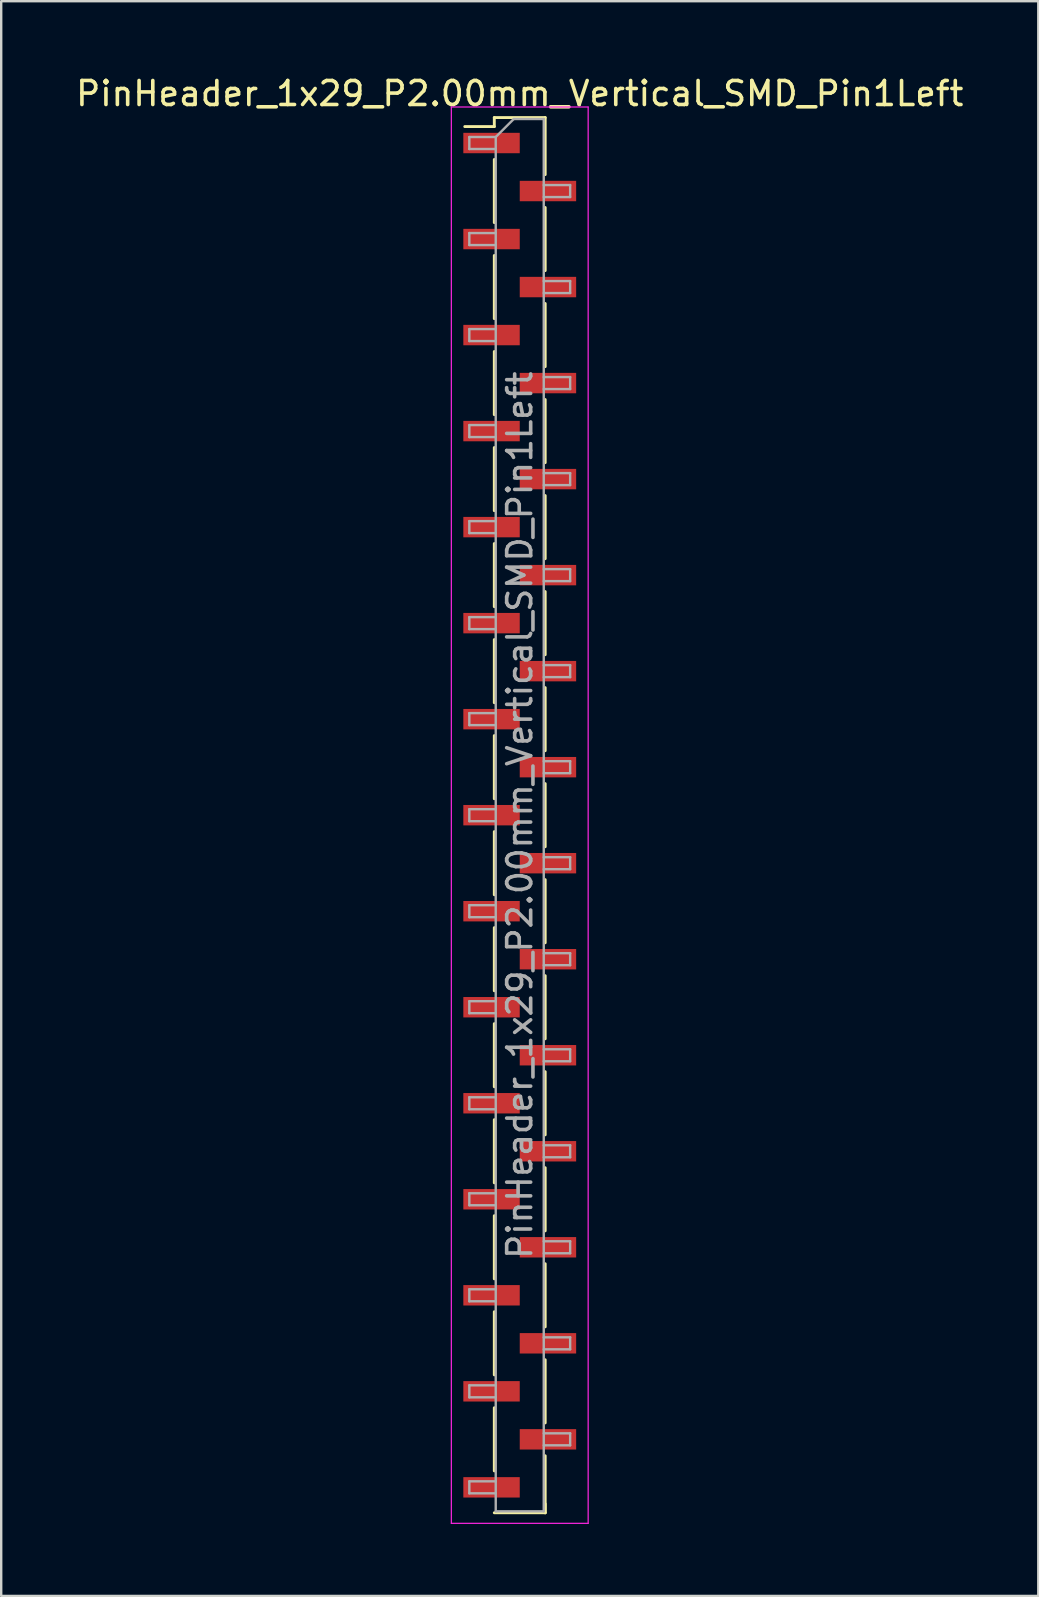
<source format=kicad_pcb>
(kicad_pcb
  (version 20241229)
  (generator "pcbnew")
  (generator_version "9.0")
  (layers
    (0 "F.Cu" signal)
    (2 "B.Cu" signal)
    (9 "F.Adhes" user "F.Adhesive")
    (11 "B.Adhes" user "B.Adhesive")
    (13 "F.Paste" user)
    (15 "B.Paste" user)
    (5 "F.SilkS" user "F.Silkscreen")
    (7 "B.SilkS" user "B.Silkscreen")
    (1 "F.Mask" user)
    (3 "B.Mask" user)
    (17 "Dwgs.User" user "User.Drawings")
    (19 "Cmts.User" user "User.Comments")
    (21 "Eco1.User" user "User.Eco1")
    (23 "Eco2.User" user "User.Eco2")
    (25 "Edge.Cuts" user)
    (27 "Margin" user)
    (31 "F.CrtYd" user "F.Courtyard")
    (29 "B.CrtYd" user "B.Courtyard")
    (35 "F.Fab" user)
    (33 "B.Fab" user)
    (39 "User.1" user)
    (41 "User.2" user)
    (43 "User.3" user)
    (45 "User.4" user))
  (footprint "PinHeader_1x29_P2.00mm_Vertical_SMD_Pin1Left"
    (layer "F.Cu")
    (at 18.601 30.908)
    (property "Reference" "PinHeader_1x29_P2.00mm_Vertical_SMD_Pin1Left" (at 0 -30.06 0) (layer "F.SilkS") (effects (font (size 1 1) (thickness 0.15))))
    (attr smd)
    (fp_line (start -1.06 -29.06) (end -1.06 -28.685) (stroke (width 0.12) (type solid)) (layer "F.SilkS"))
    (fp_line (start -1.06 -29.06) (end 1.06 -29.06) (stroke (width 0.12) (type solid)) (layer "F.SilkS"))
    (fp_line (start -1.06 -28.685) (end -2.29 -28.685) (stroke (width 0.12) (type solid)) (layer "F.SilkS"))
    (fp_line (start -1.06 -27.315) (end -1.06 -24.685) (stroke (width 0.12) (type solid)) (layer "F.SilkS"))
    (fp_line (start -1.06 -23.315) (end -1.06 -20.685) (stroke (width 0.12) (type solid)) (layer "F.SilkS"))
    (fp_line (start -1.06 -19.315) (end -1.06 -16.685) (stroke (width 0.12) (type solid)) (layer "F.SilkS"))
    (fp_line (start -1.06 -15.315) (end -1.06 -12.685) (stroke (width 0.12) (type solid)) (layer "F.SilkS"))
    (fp_line (start -1.06 -11.315) (end -1.06 -8.685) (stroke (width 0.12) (type solid)) (layer "F.SilkS"))
    (fp_line (start -1.06 -7.315) (end -1.06 -4.685) (stroke (width 0.12) (type solid)) (layer "F.SilkS"))
    (fp_line (start -1.06 -3.315) (end -1.06 -0.685) (stroke (width 0.12) (type solid)) (layer "F.SilkS"))
    (fp_line (start -1.06 0.685) (end -1.06 3.315) (stroke (width 0.12) (type solid)) (layer "F.SilkS"))
    (fp_line (start -1.06 4.685) (end -1.06 7.315) (stroke (width 0.12) (type solid)) (layer "F.SilkS"))
    (fp_line (start -1.06 8.685) (end -1.06 11.315) (stroke (width 0.12) (type solid)) (layer "F.SilkS"))
    (fp_line (start -1.06 12.685) (end -1.06 15.315) (stroke (width 0.12) (type solid)) (layer "F.SilkS"))
    (fp_line (start -1.06 16.685) (end -1.06 19.315) (stroke (width 0.12) (type solid)) (layer "F.SilkS"))
    (fp_line (start -1.06 20.685) (end -1.06 23.315) (stroke (width 0.12) (type solid)) (layer "F.SilkS"))
    (fp_line (start -1.06 24.685) (end -1.06 27.315) (stroke (width 0.12) (type solid)) (layer "F.SilkS"))
    (fp_line (start -1.06 29.06) (end 1.06 29.06) (stroke (width 0.12) (type solid)) (layer "F.SilkS"))
    (fp_line (start 1.06 -29.06) (end 1.06 -26.685) (stroke (width 0.12) (type solid)) (layer "F.SilkS"))
    (fp_line (start 1.06 -25.315) (end 1.06 -22.685) (stroke (width 0.12) (type solid)) (layer "F.SilkS"))
    (fp_line (start 1.06 -21.315) (end 1.06 -18.685) (stroke (width 0.12) (type solid)) (layer "F.SilkS"))
    (fp_line (start 1.06 -17.315) (end 1.06 -14.685) (stroke (width 0.12) (type solid)) (layer "F.SilkS"))
    (fp_line (start 1.06 -13.315) (end 1.06 -10.685) (stroke (width 0.12) (type solid)) (layer "F.SilkS"))
    (fp_line (start 1.06 -9.315) (end 1.06 -6.685) (stroke (width 0.12) (type solid)) (layer "F.SilkS"))
    (fp_line (start 1.06 -5.315) (end 1.06 -2.685) (stroke (width 0.12) (type solid)) (layer "F.SilkS"))
    (fp_line (start 1.06 -1.315) (end 1.06 1.315) (stroke (width 0.12) (type solid)) (layer "F.SilkS"))
    (fp_line (start 1.06 2.685) (end 1.06 5.315) (stroke (width 0.12) (type solid)) (layer "F.SilkS"))
    (fp_line (start 1.06 6.685) (end 1.06 9.315) (stroke (width 0.12) (type solid)) (layer "F.SilkS"))
    (fp_line (start 1.06 10.685) (end 1.06 13.315) (stroke (width 0.12) (type solid)) (layer "F.SilkS"))
    (fp_line (start 1.06 14.685) (end 1.06 17.315) (stroke (width 0.12) (type solid)) (layer "F.SilkS"))
    (fp_line (start 1.06 18.685) (end 1.06 21.315) (stroke (width 0.12) (type solid)) (layer "F.SilkS"))
    (fp_line (start 1.06 22.685) (end 1.06 25.315) (stroke (width 0.12) (type solid)) (layer "F.SilkS"))
    (fp_line (start 1.06 26.685) (end 1.06 29.06) (stroke (width 0.12) (type solid)) (layer "F.SilkS"))
    (fp_line (start 1.06 28.685) (end 1.06 29.06) (stroke (width 0.12) (type solid)) (layer "F.SilkS"))
    (fp_line (start -2.85 -29.5) (end -2.85 29.5) (stroke (width 0.05) (type solid)) (layer "F.CrtYd"))
    (fp_line (start -2.85 29.5) (end 2.85 29.5) (stroke (width 0.05) (type solid)) (layer "F.CrtYd"))
    (fp_line (start 2.85 -29.5) (end -2.85 -29.5) (stroke (width 0.05) (type solid)) (layer "F.CrtYd"))
    (fp_line (start 2.85 29.5) (end 2.85 -29.5) (stroke (width 0.05) (type solid)) (layer "F.CrtYd"))
    (fp_line (start -2.1 -28.25) (end -2.1 -27.75) (stroke (width 0.1) (type solid)) (layer "F.Fab"))
    (fp_line (start -2.1 -27.75) (end -1 -27.75) (stroke (width 0.1) (type solid)) (layer "F.Fab"))
    (fp_line (start -2.1 -24.25) (end -2.1 -23.75) (stroke (width 0.1) (type solid)) (layer "F.Fab"))
    (fp_line (start -2.1 -23.75) (end -1 -23.75) (stroke (width 0.1) (type solid)) (layer "F.Fab"))
    (fp_line (start -2.1 -20.25) (end -2.1 -19.75) (stroke (width 0.1) (type solid)) (layer "F.Fab"))
    (fp_line (start -2.1 -19.75) (end -1 -19.75) (stroke (width 0.1) (type solid)) (layer "F.Fab"))
    (fp_line (start -2.1 -16.25) (end -2.1 -15.75) (stroke (width 0.1) (type solid)) (layer "F.Fab"))
    (fp_line (start -2.1 -15.75) (end -1 -15.75) (stroke (width 0.1) (type solid)) (layer "F.Fab"))
    (fp_line (start -2.1 -12.25) (end -2.1 -11.75) (stroke (width 0.1) (type solid)) (layer "F.Fab"))
    (fp_line (start -2.1 -11.75) (end -1 -11.75) (stroke (width 0.1) (type solid)) (layer "F.Fab"))
    (fp_line (start -2.1 -8.25) (end -2.1 -7.75) (stroke (width 0.1) (type solid)) (layer "F.Fab"))
    (fp_line (start -2.1 -7.75) (end -1 -7.75) (stroke (width 0.1) (type solid)) (layer "F.Fab"))
    (fp_line (start -2.1 -4.25) (end -2.1 -3.75) (stroke (width 0.1) (type solid)) (layer "F.Fab"))
    (fp_line (start -2.1 -3.75) (end -1 -3.75) (stroke (width 0.1) (type solid)) (layer "F.Fab"))
    (fp_line (start -2.1 -0.25) (end -2.1 0.25) (stroke (width 0.1) (type solid)) (layer "F.Fab"))
    (fp_line (start -2.1 0.25) (end -1 0.25) (stroke (width 0.1) (type solid)) (layer "F.Fab"))
    (fp_line (start -2.1 3.75) (end -2.1 4.25) (stroke (width 0.1) (type solid)) (layer "F.Fab"))
    (fp_line (start -2.1 4.25) (end -1 4.25) (stroke (width 0.1) (type solid)) (layer "F.Fab"))
    (fp_line (start -2.1 7.75) (end -2.1 8.25) (stroke (width 0.1) (type solid)) (layer "F.Fab"))
    (fp_line (start -2.1 8.25) (end -1 8.25) (stroke (width 0.1) (type solid)) (layer "F.Fab"))
    (fp_line (start -2.1 11.75) (end -2.1 12.25) (stroke (width 0.1) (type solid)) (layer "F.Fab"))
    (fp_line (start -2.1 12.25) (end -1 12.25) (stroke (width 0.1) (type solid)) (layer "F.Fab"))
    (fp_line (start -2.1 15.75) (end -2.1 16.25) (stroke (width 0.1) (type solid)) (layer "F.Fab"))
    (fp_line (start -2.1 16.25) (end -1 16.25) (stroke (width 0.1) (type solid)) (layer "F.Fab"))
    (fp_line (start -2.1 19.75) (end -2.1 20.25) (stroke (width 0.1) (type solid)) (layer "F.Fab"))
    (fp_line (start -2.1 20.25) (end -1 20.25) (stroke (width 0.1) (type solid)) (layer "F.Fab"))
    (fp_line (start -2.1 23.75) (end -2.1 24.25) (stroke (width 0.1) (type solid)) (layer "F.Fab"))
    (fp_line (start -2.1 24.25) (end -1 24.25) (stroke (width 0.1) (type solid)) (layer "F.Fab"))
    (fp_line (start -2.1 27.75) (end -2.1 28.25) (stroke (width 0.1) (type solid)) (layer "F.Fab"))
    (fp_line (start -2.1 28.25) (end -1 28.25) (stroke (width 0.1) (type solid)) (layer "F.Fab"))
    (fp_line (start -1 -28.25) (end -2.1 -28.25) (stroke (width 0.1) (type solid)) (layer "F.Fab"))
    (fp_line (start -1 -28.25) (end -0.25 -29) (stroke (width 0.1) (type solid)) (layer "F.Fab"))
    (fp_line (start -1 -24.25) (end -2.1 -24.25) (stroke (width 0.1) (type solid)) (layer "F.Fab"))
    (fp_line (start -1 -20.25) (end -2.1 -20.25) (stroke (width 0.1) (type solid)) (layer "F.Fab"))
    (fp_line (start -1 -16.25) (end -2.1 -16.25) (stroke (width 0.1) (type solid)) (layer "F.Fab"))
    (fp_line (start -1 -12.25) (end -2.1 -12.25) (stroke (width 0.1) (type solid)) (layer "F.Fab"))
    (fp_line (start -1 -8.25) (end -2.1 -8.25) (stroke (width 0.1) (type solid)) (layer "F.Fab"))
    (fp_line (start -1 -4.25) (end -2.1 -4.25) (stroke (width 0.1) (type solid)) (layer "F.Fab"))
    (fp_line (start -1 -0.25) (end -2.1 -0.25) (stroke (width 0.1) (type solid)) (layer "F.Fab"))
    (fp_line (start -1 3.75) (end -2.1 3.75) (stroke (width 0.1) (type solid)) (layer "F.Fab"))
    (fp_line (start -1 7.75) (end -2.1 7.75) (stroke (width 0.1) (type solid)) (layer "F.Fab"))
    (fp_line (start -1 11.75) (end -2.1 11.75) (stroke (width 0.1) (type solid)) (layer "F.Fab"))
    (fp_line (start -1 15.75) (end -2.1 15.75) (stroke (width 0.1) (type solid)) (layer "F.Fab"))
    (fp_line (start -1 19.75) (end -2.1 19.75) (stroke (width 0.1) (type solid)) (layer "F.Fab"))
    (fp_line (start -1 23.75) (end -2.1 23.75) (stroke (width 0.1) (type solid)) (layer "F.Fab"))
    (fp_line (start -1 27.75) (end -2.1 27.75) (stroke (width 0.1) (type solid)) (layer "F.Fab"))
    (fp_line (start -1 29) (end -1 -28.25) (stroke (width 0.1) (type solid)) (layer "F.Fab"))
    (fp_line (start -0.25 -29) (end 1 -29) (stroke (width 0.1) (type solid)) (layer "F.Fab"))
    (fp_line (start 1 -29) (end 1 29) (stroke (width 0.1) (type solid)) (layer "F.Fab"))
    (fp_line (start 1 -26.25) (end 2.1 -26.25) (stroke (width 0.1) (type solid)) (layer "F.Fab"))
    (fp_line (start 1 -22.25) (end 2.1 -22.25) (stroke (width 0.1) (type solid)) (layer "F.Fab"))
    (fp_line (start 1 -18.25) (end 2.1 -18.25) (stroke (width 0.1) (type solid)) (layer "F.Fab"))
    (fp_line (start 1 -14.25) (end 2.1 -14.25) (stroke (width 0.1) (type solid)) (layer "F.Fab"))
    (fp_line (start 1 -10.25) (end 2.1 -10.25) (stroke (width 0.1) (type solid)) (layer "F.Fab"))
    (fp_line (start 1 -6.25) (end 2.1 -6.25) (stroke (width 0.1) (type solid)) (layer "F.Fab"))
    (fp_line (start 1 -2.25) (end 2.1 -2.25) (stroke (width 0.1) (type solid)) (layer "F.Fab"))
    (fp_line (start 1 1.75) (end 2.1 1.75) (stroke (width 0.1) (type solid)) (layer "F.Fab"))
    (fp_line (start 1 5.75) (end 2.1 5.75) (stroke (width 0.1) (type solid)) (layer "F.Fab"))
    (fp_line (start 1 9.75) (end 2.1 9.75) (stroke (width 0.1) (type solid)) (layer "F.Fab"))
    (fp_line (start 1 13.75) (end 2.1 13.75) (stroke (width 0.1) (type solid)) (layer "F.Fab"))
    (fp_line (start 1 17.75) (end 2.1 17.75) (stroke (width 0.1) (type solid)) (layer "F.Fab"))
    (fp_line (start 1 21.75) (end 2.1 21.75) (stroke (width 0.1) (type solid)) (layer "F.Fab"))
    (fp_line (start 1 25.75) (end 2.1 25.75) (stroke (width 0.1) (type solid)) (layer "F.Fab"))
    (fp_line (start 1 29) (end -1 29) (stroke (width 0.1) (type solid)) (layer "F.Fab"))
    (fp_line (start 2.1 -26.25) (end 2.1 -25.75) (stroke (width 0.1) (type solid)) (layer "F.Fab"))
    (fp_line (start 2.1 -25.75) (end 1 -25.75) (stroke (width 0.1) (type solid)) (layer "F.Fab"))
    (fp_line (start 2.1 -22.25) (end 2.1 -21.75) (stroke (width 0.1) (type solid)) (layer "F.Fab"))
    (fp_line (start 2.1 -21.75) (end 1 -21.75) (stroke (width 0.1) (type solid)) (layer "F.Fab"))
    (fp_line (start 2.1 -18.25) (end 2.1 -17.75) (stroke (width 0.1) (type solid)) (layer "F.Fab"))
    (fp_line (start 2.1 -17.75) (end 1 -17.75) (stroke (width 0.1) (type solid)) (layer "F.Fab"))
    (fp_line (start 2.1 -14.25) (end 2.1 -13.75) (stroke (width 0.1) (type solid)) (layer "F.Fab"))
    (fp_line (start 2.1 -13.75) (end 1 -13.75) (stroke (width 0.1) (type solid)) (layer "F.Fab"))
    (fp_line (start 2.1 -10.25) (end 2.1 -9.75) (stroke (width 0.1) (type solid)) (layer "F.Fab"))
    (fp_line (start 2.1 -9.75) (end 1 -9.75) (stroke (width 0.1) (type solid)) (layer "F.Fab"))
    (fp_line (start 2.1 -6.25) (end 2.1 -5.75) (stroke (width 0.1) (type solid)) (layer "F.Fab"))
    (fp_line (start 2.1 -5.75) (end 1 -5.75) (stroke (width 0.1) (type solid)) (layer "F.Fab"))
    (fp_line (start 2.1 -2.25) (end 2.1 -1.75) (stroke (width 0.1) (type solid)) (layer "F.Fab"))
    (fp_line (start 2.1 -1.75) (end 1 -1.75) (stroke (width 0.1) (type solid)) (layer "F.Fab"))
    (fp_line (start 2.1 1.75) (end 2.1 2.25) (stroke (width 0.1) (type solid)) (layer "F.Fab"))
    (fp_line (start 2.1 2.25) (end 1 2.25) (stroke (width 0.1) (type solid)) (layer "F.Fab"))
    (fp_line (start 2.1 5.75) (end 2.1 6.25) (stroke (width 0.1) (type solid)) (layer "F.Fab"))
    (fp_line (start 2.1 6.25) (end 1 6.25) (stroke (width 0.1) (type solid)) (layer "F.Fab"))
    (fp_line (start 2.1 9.75) (end 2.1 10.25) (stroke (width 0.1) (type solid)) (layer "F.Fab"))
    (fp_line (start 2.1 10.25) (end 1 10.25) (stroke (width 0.1) (type solid)) (layer "F.Fab"))
    (fp_line (start 2.1 13.75) (end 2.1 14.25) (stroke (width 0.1) (type solid)) (layer "F.Fab"))
    (fp_line (start 2.1 14.25) (end 1 14.25) (stroke (width 0.1) (type solid)) (layer "F.Fab"))
    (fp_line (start 2.1 17.75) (end 2.1 18.25) (stroke (width 0.1) (type solid)) (layer "F.Fab"))
    (fp_line (start 2.1 18.25) (end 1 18.25) (stroke (width 0.1) (type solid)) (layer "F.Fab"))
    (fp_line (start 2.1 21.75) (end 2.1 22.25) (stroke (width 0.1) (type solid)) (layer "F.Fab"))
    (fp_line (start 2.1 22.25) (end 1 22.25) (stroke (width 0.1) (type solid)) (layer "F.Fab"))
    (fp_line (start 2.1 25.75) (end 2.1 26.25) (stroke (width 0.1) (type solid)) (layer "F.Fab"))
    (fp_line (start 2.1 26.25) (end 1 26.25) (stroke (width 0.1) (type solid)) (layer "F.Fab"))
    (fp_text user "${REFERENCE}" (at 0 0 90) (layer "F.Fab") (effects (font (size 1 1) (thickness 0.15))))
    (pad "1" smd rect (at -1.175 -28) (size 2.35 0.85) (layers "F.Cu" "F.Mask" "F.Paste"))
    (pad "2" smd rect (at 1.175 -26) (size 2.35 0.85) (layers "F.Cu" "F.Mask" "F.Paste"))
    (pad "3" smd rect (at -1.175 -24) (size 2.35 0.85) (layers "F.Cu" "F.Mask" "F.Paste"))
    (pad "4" smd rect (at 1.175 -22) (size 2.35 0.85) (layers "F.Cu" "F.Mask" "F.Paste"))
    (pad "5" smd rect (at -1.175 -20) (size 2.35 0.85) (layers "F.Cu" "F.Mask" "F.Paste"))
    (pad "6" smd rect (at 1.175 -18) (size 2.35 0.85) (layers "F.Cu" "F.Mask" "F.Paste"))
    (pad "7" smd rect (at -1.175 -16) (size 2.35 0.85) (layers "F.Cu" "F.Mask" "F.Paste"))
    (pad "8" smd rect (at 1.175 -14) (size 2.35 0.85) (layers "F.Cu" "F.Mask" "F.Paste"))
    (pad "9" smd rect (at -1.175 -12) (size 2.35 0.85) (layers "F.Cu" "F.Mask" "F.Paste"))
    (pad "10" smd rect (at 1.175 -10) (size 2.35 0.85) (layers "F.Cu" "F.Mask" "F.Paste"))
    (pad "11" smd rect (at -1.175 -8) (size 2.35 0.85) (layers "F.Cu" "F.Mask" "F.Paste"))
    (pad "12" smd rect (at 1.175 -6) (size 2.35 0.85) (layers "F.Cu" "F.Mask" "F.Paste"))
    (pad "13" smd rect (at -1.175 -4) (size 2.35 0.85) (layers "F.Cu" "F.Mask" "F.Paste"))
    (pad "14" smd rect (at 1.175 -2) (size 2.35 0.85) (layers "F.Cu" "F.Mask" "F.Paste"))
    (pad "15" smd rect (at -1.175 0) (size 2.35 0.85) (layers "F.Cu" "F.Mask" "F.Paste"))
    (pad "16" smd rect (at 1.175 2) (size 2.35 0.85) (layers "F.Cu" "F.Mask" "F.Paste"))
    (pad "17" smd rect (at -1.175 4) (size 2.35 0.85) (layers "F.Cu" "F.Mask" "F.Paste"))
    (pad "18" smd rect (at 1.175 6) (size 2.35 0.85) (layers "F.Cu" "F.Mask" "F.Paste"))
    (pad "19" smd rect (at -1.175 8) (size 2.35 0.85) (layers "F.Cu" "F.Mask" "F.Paste"))
    (pad "20" smd rect (at 1.175 10) (size 2.35 0.85) (layers "F.Cu" "F.Mask" "F.Paste"))
    (pad "21" smd rect (at -1.175 12) (size 2.35 0.85) (layers "F.Cu" "F.Mask" "F.Paste"))
    (pad "22" smd rect (at 1.175 14) (size 2.35 0.85) (layers "F.Cu" "F.Mask" "F.Paste"))
    (pad "23" smd rect (at -1.175 16) (size 2.35 0.85) (layers "F.Cu" "F.Mask" "F.Paste"))
    (pad "24" smd rect (at 1.175 18) (size 2.35 0.85) (layers "F.Cu" "F.Mask" "F.Paste"))
    (pad "25" smd rect (at -1.175 20) (size 2.35 0.85) (layers "F.Cu" "F.Mask" "F.Paste"))
    (pad "26" smd rect (at 1.175 22) (size 2.35 0.85) (layers "F.Cu" "F.Mask" "F.Paste"))
    (pad "27" smd rect (at -1.175 24) (size 2.35 0.85) (layers "F.Cu" "F.Mask" "F.Paste"))
    (pad "28" smd rect (at 1.175 26) (size 2.35 0.85) (layers "F.Cu" "F.Mask" "F.Paste"))
    (pad "29" smd rect (at -1.175 28) (size 2.35 0.85) (layers "F.Cu" "F.Mask" "F.Paste")))
  (gr_rect
    (start -3 -3)
    (end 40.202 63.433)
    (stroke (width 0.1) (type default))
    (fill no)
    (layer "Edge.Cuts")))
</source>
